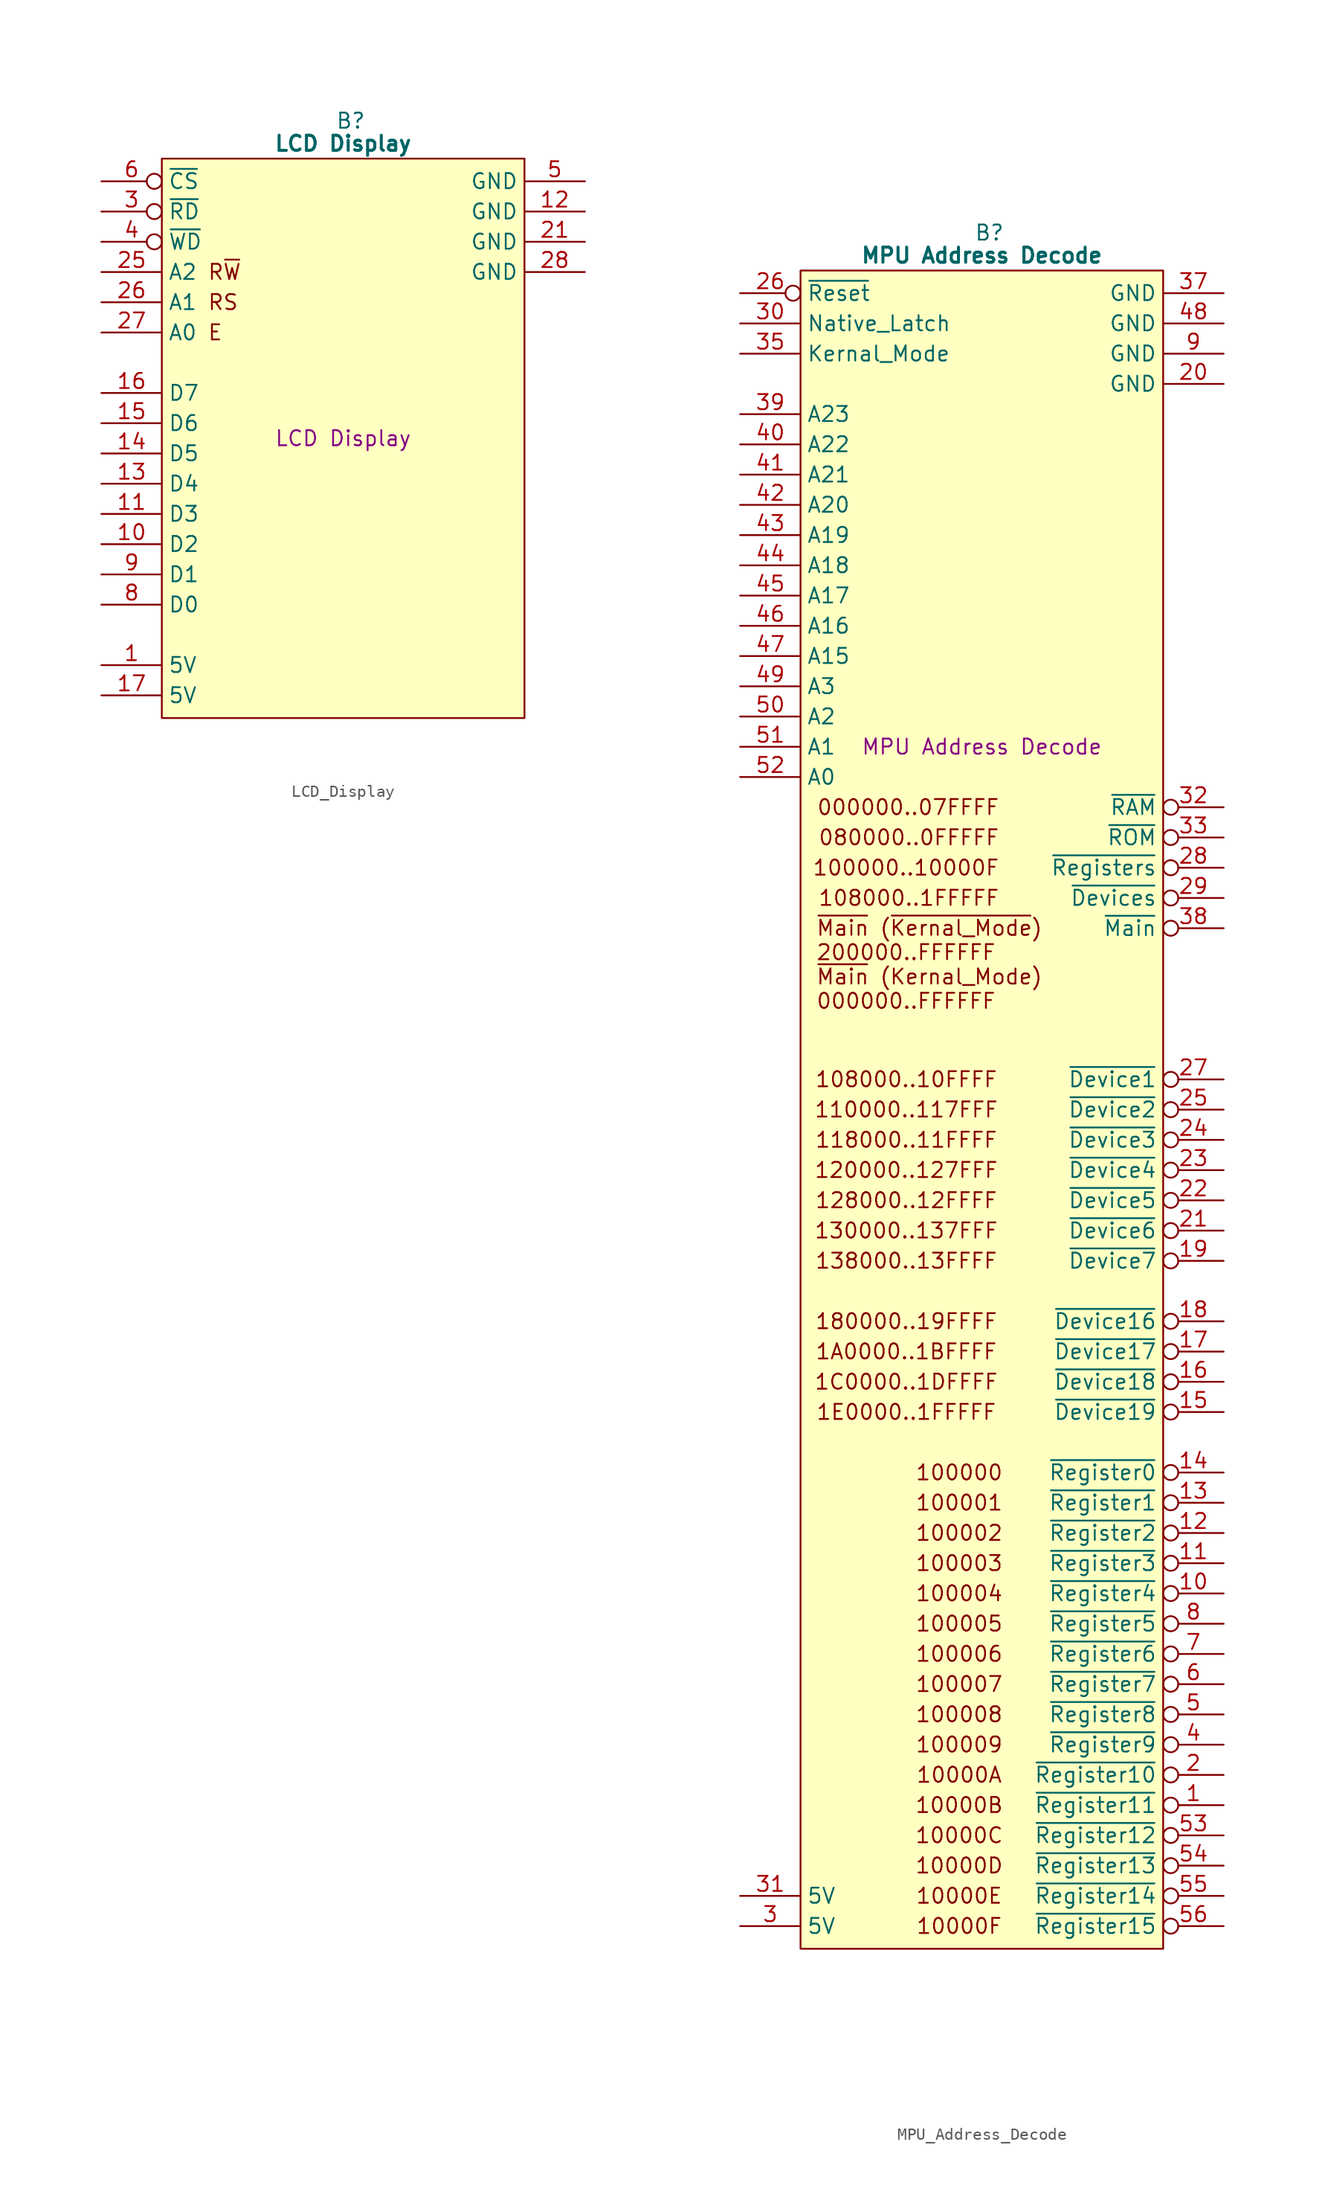
<source format=kicad_sym>
(kicad_symbol_lib
  (version 20241209)
  (generator "kicad_symbol_editor")
  (generator_version "9.0")
  (symbol "LCD_Display"
    (property "Reference" "B"
      (at 15.875 5.08 0)
      (effects (font (size 1.27 1.27))))
    (property "Value" "LCD Display"
      (at 15.24 3.175 0)
      (effects (font (size 1.27 1.27) (bold yes))))
    (property "Description" "LCD Display"
      (at 15.24 -21.59 0)
      (effects (font (size 1.27 1.27))))
    (symbol "LCD_Display_0_1"
      (polyline (pts (xy 0 1.905) (xy 30.48 1.905) (xy 30.48 -45.085) (xy 0 -45.085) (xy 0 1.905)) (stroke (width 0.152) (type default)) (fill (type background))))
    (symbol "LCD_Display_1_1"
      (text "R~{W}" (at 3.81 -7.62 0) (effects (font (size 1.27 1.27)) (justify left)))
      (text "RS" (at 3.81 -10.16 0) (effects (font (size 1.27 1.27)) (justify left)))
      (text "E" (at 3.81 -12.7 0) (effects (font (size 1.27 1.27)) (justify left)))
      (pin input inverted (at -5.08 0 0) (length 5.08) (name "~{CS}" (effects (font (size 1.27 1.27)))) (number "6" (effects (font (size 1.27 1.27)))))
      (pin input inverted (at -5.08 -2.54 0) (length 5.08) (name "~{RD}" (effects (font (size 1.27 1.27)))) (number "3" (effects (font (size 1.27 1.27)))))
      (pin input inverted (at -5.08 -5.08 0) (length 5.08) (name "~{WD}" (effects (font (size 1.27 1.27)))) (number "4" (effects (font (size 1.27 1.27)))))
      (pin input line (at -5.08 -7.62 0) (length 5.08) (name "A2" (effects (font (size 1.27 1.27)))) (number "25" (effects (font (size 1.27 1.27)))))
      (pin input line (at -5.08 -10.16 0) (length 5.08) (name "A1" (effects (font (size 1.27 1.27)))) (number "26" (effects (font (size 1.27 1.27)))))
      (pin input line (at -5.08 -12.7 0) (length 5.08) (name "A0" (effects (font (size 1.27 1.27)))) (number "27" (effects (font (size 1.27 1.27)))))
      (pin tri_state line (at -5.08 -17.78 0) (length 5.08) (name "D7" (effects (font (size 1.27 1.27)))) (number "16" (effects (font (size 1.27 1.27)))))
      (pin tri_state line (at -5.08 -20.32 0) (length 5.08) (name "D6" (effects (font (size 1.27 1.27)))) (number "15" (effects (font (size 1.27 1.27)))))
      (pin tri_state line (at -5.08 -22.86 0) (length 5.08) (name "D5" (effects (font (size 1.27 1.27)))) (number "14" (effects (font (size 1.27 1.27)))))
      (pin tri_state line (at -5.08 -25.4 0) (length 5.08) (name "D4" (effects (font (size 1.27 1.27)))) (number "13" (effects (font (size 1.27 1.27)))))
      (pin tri_state line (at -5.08 -27.94 0) (length 5.08) (name "D3" (effects (font (size 1.27 1.27)))) (number "11" (effects (font (size 1.27 1.27)))))
      (pin tri_state line (at -5.08 -30.48 0) (length 5.08) (name "D2" (effects (font (size 1.27 1.27)))) (number "10" (effects (font (size 1.27 1.27)))))
      (pin tri_state line (at -5.08 -33.02 0) (length 5.08) (name "D1" (effects (font (size 1.27 1.27)))) (number "9" (effects (font (size 1.27 1.27)))))
      (pin tri_state line (at -5.08 -35.56 0) (length 5.08) (name "D0" (effects (font (size 1.27 1.27)))) (number "8" (effects (font (size 1.27 1.27)))))
      (pin passive line (at -5.08 -40.64 0) (length 5.08) (name "5V" (effects (font (size 1.27 1.27)))) (number "1" (effects (font (size 1.27 1.27)))))
      (pin passive line (at -5.08 -43.18 0) (length 5.08) (name "5V" (effects (font (size 1.27 1.27)))) (number "17" (effects (font (size 1.27 1.27)))))
      (pin passive line (at 35.56 0 180) (length 5.08) (name "GND" (effects (font (size 1.27 1.27)))) (number "5" (effects (font (size 1.27 1.27)))))
      (pin passive line (at 35.56 -2.54 180) (length 5.08) (name "GND" (effects (font (size 1.27 1.27)))) (number "12" (effects (font (size 1.27 1.27)))))
      (pin passive line (at 35.56 -5.08 180) (length 5.08) (name "GND" (effects (font (size 1.27 1.27)))) (number "21" (effects (font (size 1.27 1.27)))))
      (pin passive line (at 35.56 -7.62 180) (length 5.08) (name "GND" (effects (font (size 1.27 1.27)))) (number "28" (effects (font (size 1.27 1.27)))))
      (pin no_connect line (at 35.56 -15.24 180) (length 5.08) (hide yes) (name "N.C." (effects (font (size 1.27 1.27)))) (number "2" (effects (font (size 1.27 1.27)))))
      (pin no_connect line (at 35.56 -17.78 180) (length 5.08) (hide yes) (name "N.C." (effects (font (size 1.27 1.27)))) (number "7" (effects (font (size 1.27 1.27)))))
      (pin no_connect line (at 35.56 -20.32 180) (length 5.08) (hide yes) (name "N.C." (effects (font (size 1.27 1.27)))) (number "18" (effects (font (size 1.27 1.27)))))
      (pin no_connect line (at 35.56 -22.86 180) (length 5.08) (hide yes) (name "N.C." (effects (font (size 1.27 1.27)))) (number "19" (effects (font (size 1.27 1.27)))))
      (pin no_connect line (at 35.56 -25.4 180) (length 5.08) (hide yes) (name "N.C." (effects (font (size 1.27 1.27)))) (number "20" (effects (font (size 1.27 1.27)))))
      (pin no_connect line (at 35.56 -27.94 180) (length 5.08) (hide yes) (name "N.C." (effects (font (size 1.27 1.27)))) (number "22" (effects (font (size 1.27 1.27)))))
      (pin no_connect line (at 35.56 -30.48 180) (length 5.08) (hide yes) (name "N.C." (effects (font (size 1.27 1.27)))) (number "23" (effects (font (size 1.27 1.27)))))
      (pin no_connect line (at 35.56 -33.02 180) (length 5.08) (hide yes) (name "N.C." (effects (font (size 1.27 1.27)))) (number "24" (effects (font (size 1.27 1.27)))))
      (pin no_connect line (at 35.56 -35.56 180) (length 5.08) (hide yes) (name "N.C." (effects (font (size 1.27 1.27)))) (number "29" (effects (font (size 1.27 1.27)))))
      (pin no_connect line (at 35.56 -38.1 180) (length 5.08) (hide yes) (name "N.C." (effects (font (size 1.27 1.27)))) (number "30" (effects (font (size 1.27 1.27)))))
      (pin no_connect line (at 35.56 -40.64 180) (length 5.08) (hide yes) (name "N.C." (effects (font (size 1.27 1.27)))) (number "31" (effects (font (size 1.27 1.27)))))
      (pin no_connect line (at 35.56 -43.18 180) (length 5.08) (hide yes) (name "N.C." (effects (font (size 1.27 1.27)))) (number "32" (effects (font (size 1.27 1.27)))))))
  (symbol "MPU_Address_Decode"
    (property "Reference" "B"
      (at 15.875 5.08 0)
      (effects (font (size 1.27 1.27))))
    (property "Value" "MPU Address Decode"
      (at 15.24 3.175 0)
      (effects (font (size 1.27 1.27) (bold yes))))
    (property "Description" "MPU Address Decode"
      (at 15.24 -38.1 0)
      (effects (font (size 1.27 1.27))))
    (symbol "MPU_Address_Decode_0_1"
      (polyline (pts (xy 0 1.905) (xy 30.48 1.905) (xy 30.48 -139.065) (xy 0 -139.065) (xy 0 1.905)) (stroke (width 0.152) (type default)) (fill (type background))))
    (symbol "MPU_Address_Decode_1_0"
      (pin output inverted (at 35.56 -68.58 180) (length 5.08) (name "~{Device2}" (effects (font (size 1.27 1.27)))) (number "25" (effects (font (size 1.27 1.27)))))
      (pin output inverted (at 35.56 -71.12 180) (length 5.08) (name "~{Device3}" (effects (font (size 1.27 1.27)))) (number "24" (effects (font (size 1.27 1.27)))))
      (pin output inverted (at 35.56 -73.66 180) (length 5.08) (name "~{Device4}" (effects (font (size 1.27 1.27)))) (number "23" (effects (font (size 1.27 1.27)))))
      (pin output inverted (at 35.56 -76.2 180) (length 5.08) (name "~{Device5}" (effects (font (size 1.27 1.27)))) (number "22" (effects (font (size 1.27 1.27)))))
      (pin output inverted (at 35.56 -78.74 180) (length 5.08) (name "~{Device6}" (effects (font (size 1.27 1.27)))) (number "21" (effects (font (size 1.27 1.27)))))
      (pin output inverted (at 35.56 -81.28 180) (length 5.08) (name "~{Device7}" (effects (font (size 1.27 1.27)))) (number "19" (effects (font (size 1.27 1.27)))))
      (pin output inverted (at 35.56 -88.9 180) (length 5.08) (name "~{Device17}" (effects (font (size 1.27 1.27)))) (number "17" (effects (font (size 1.27 1.27)))))
      (pin output inverted (at 35.56 -104.14 180) (length 5.08) (name "~{Register2}" (effects (font (size 1.27 1.27)))) (number "12" (effects (font (size 1.27 1.27)))))
      (pin output inverted (at 35.56 -106.68 180) (length 5.08) (name "~{Register3}" (effects (font (size 1.27 1.27)))) (number "11" (effects (font (size 1.27 1.27)))))
      (pin output inverted (at 35.56 -109.22 180) (length 5.08) (name "~{Register4}" (effects (font (size 1.27 1.27)))) (number "10" (effects (font (size 1.27 1.27)))))
      (pin output inverted (at 35.56 -111.76 180) (length 5.08) (name "~{Register5}" (effects (font (size 1.27 1.27)))) (number "8" (effects (font (size 1.27 1.27)))))
      (pin output inverted (at 35.56 -114.3 180) (length 5.08) (name "~{Register6}" (effects (font (size 1.27 1.27)))) (number "7" (effects (font (size 1.27 1.27)))))
      (pin output inverted (at 35.56 -116.84 180) (length 5.08) (name "~{Register7}" (effects (font (size 1.27 1.27)))) (number "6" (effects (font (size 1.27 1.27)))))
      (pin output inverted (at 35.56 -137.16 180) (length 5.08) (name "~{Register15}" (effects (font (size 1.27 1.27)))) (number "56" (effects (font (size 1.27 1.27))))))
    (symbol "MPU_Address_Decode_1_1"
      (text "~{Main} (~{Kernal_Mode})\n200000..FFFFFF\n~{Main} (Kernal_Mode)\n000000..FFFFFF" (at 1.27 -56.388 0) (effects (font (size 1.27 1.27)) (justify left)))
      (text "108000..10FFFF" (at 8.89 -66.04 0) (effects (font (size 1.27 1.27))))
      (text "110000..117FFF" (at 8.89 -68.58 0) (effects (font (size 1.27 1.27))))
      (text "118000..11FFFF" (at 8.89 -71.12 0) (effects (font (size 1.27 1.27))))
      (text "120000..127FFF" (at 8.89 -73.66 0) (effects (font (size 1.27 1.27))))
      (text "128000..12FFFF" (at 8.89 -76.2 0) (effects (font (size 1.27 1.27))))
      (text "130000..137FFF" (at 8.89 -78.74 0) (effects (font (size 1.27 1.27))))
      (text "138000..13FFFF" (at 8.89 -81.28 0) (effects (font (size 1.27 1.27))))
      (text "180000..19FFFF" (at 8.89 -86.36 0) (effects (font (size 1.27 1.27))))
      (text "1A0000..1BFFFF" (at 8.89 -88.9 0) (effects (font (size 1.27 1.27))))
      (text "1C0000..1DFFFF" (at 8.89 -91.44 0) (effects (font (size 1.27 1.27))))
      (text "1E0000..1FFFFF" (at 8.89 -93.98 0) (effects (font (size 1.27 1.27))))
      (text "100000" (at 13.335 -99.06 0) (effects (font (size 1.27 1.27))))
      (text "100001" (at 13.335 -101.6 0) (effects (font (size 1.27 1.27))))
      (text "100002" (at 13.335 -104.14 0) (effects (font (size 1.27 1.27))))
      (text "100003" (at 13.335 -106.68 0) (effects (font (size 1.27 1.27))))
      (text "100004" (at 13.335 -109.22 0) (effects (font (size 1.27 1.27))))
      (text "100005" (at 13.335 -111.76 0) (effects (font (size 1.27 1.27))))
      (text "100006" (at 13.335 -114.3 0) (effects (font (size 1.27 1.27))))
      (text "100007" (at 13.335 -116.84 0) (effects (font (size 1.27 1.27))))
      (text "100008" (at 13.335 -119.38 0) (effects (font (size 1.27 1.27))))
      (text "100009" (at 13.335 -121.92 0) (effects (font (size 1.27 1.27))))
      (text "10000A" (at 13.335 -124.46 0) (effects (font (size 1.27 1.27))))
      (text "10000B" (at 13.335 -127 0) (effects (font (size 1.27 1.27))))
      (text "10000C" (at 13.335 -129.54 0) (effects (font (size 1.27 1.27))))
      (text "10000D" (at 13.335 -132.08 0) (effects (font (size 1.27 1.27))))
      (text "10000E" (at 13.335 -134.62 0) (effects (font (size 1.27 1.27))))
      (text "10000F" (at 13.335 -137.16 0) (effects (font (size 1.27 1.27))))
      (text "000000..07FFFF" (at 16.764 -43.18 0) (effects (font (size 1.27 1.27)) (justify right)))
      (text "080000..0FFFFF" (at 16.764 -45.72 0) (effects (font (size 1.27 1.27)) (justify right)))
      (text "100000..10000F" (at 16.764 -48.26 0) (effects (font (size 1.27 1.27)) (justify right)))
      (text "108000..1FFFFF" (at 16.764 -50.8 0) (effects (font (size 1.27 1.27)) (justify right)))
      (pin input inverted (at -5.08 0 0) (length 5.08) (name "~{Reset}" (effects (font (size 1.27 1.27)))) (number "26" (effects (font (size 1.27 1.27)))))
      (pin input line (at -5.08 -2.54 0) (length 5.08) (name "Native_Latch" (effects (font (size 1.27 1.27)))) (number "30" (effects (font (size 1.27 1.27)))))
      (pin input line (at -5.08 -5.08 0) (length 5.08) (name "Kernal_Mode" (effects (font (size 1.27 1.27)))) (number "35" (effects (font (size 1.27 1.27)))))
      (pin input line (at -5.08 -10.16 0) (length 5.08) (name "A23" (effects (font (size 1.27 1.27)))) (number "39" (effects (font (size 1.27 1.27)))))
      (pin input line (at -5.08 -12.7 0) (length 5.08) (name "A22" (effects (font (size 1.27 1.27)))) (number "40" (effects (font (size 1.27 1.27)))))
      (pin input line (at -5.08 -15.24 0) (length 5.08) (name "A21" (effects (font (size 1.27 1.27)))) (number "41" (effects (font (size 1.27 1.27)))))
      (pin input line (at -5.08 -17.78 0) (length 5.08) (name "A20" (effects (font (size 1.27 1.27)))) (number "42" (effects (font (size 1.27 1.27)))))
      (pin input line (at -5.08 -20.32 0) (length 5.08) (name "A19" (effects (font (size 1.27 1.27)))) (number "43" (effects (font (size 1.27 1.27)))))
      (pin input line (at -5.08 -22.86 0) (length 5.08) (name "A18" (effects (font (size 1.27 1.27)))) (number "44" (effects (font (size 1.27 1.27)))))
      (pin input line (at -5.08 -25.4 0) (length 5.08) (name "A17" (effects (font (size 1.27 1.27)))) (number "45" (effects (font (size 1.27 1.27)))))
      (pin input line (at -5.08 -27.94 0) (length 5.08) (name "A16" (effects (font (size 1.27 1.27)))) (number "46" (effects (font (size 1.27 1.27)))))
      (pin input line (at -5.08 -30.48 0) (length 5.08) (name "A15" (effects (font (size 1.27 1.27)))) (number "47" (effects (font (size 1.27 1.27)))))
      (pin input line (at -5.08 -33.02 0) (length 5.08) (name "A3" (effects (font (size 1.27 1.27)))) (number "49" (effects (font (size 1.27 1.27)))))
      (pin input line (at -5.08 -35.56 0) (length 5.08) (name "A2" (effects (font (size 1.27 1.27)))) (number "50" (effects (font (size 1.27 1.27)))))
      (pin input line (at -5.08 -38.1 0) (length 5.08) (name "A1" (effects (font (size 1.27 1.27)))) (number "51" (effects (font (size 1.27 1.27)))))
      (pin input line (at -5.08 -40.64 0) (length 5.08) (name "A0" (effects (font (size 1.27 1.27)))) (number "52" (effects (font (size 1.27 1.27)))))
      (pin passive line (at -5.08 -134.62 0) (length 5.08) (name "5V" (effects (font (size 1.27 1.27)))) (number "31" (effects (font (size 1.27 1.27)))))
      (pin passive line (at -5.08 -137.16 0) (length 5.08) (name "5V" (effects (font (size 1.27 1.27)))) (number "3" (effects (font (size 1.27 1.27)))))
      (pin passive line (at 35.56 0 180) (length 5.08) (name "GND" (effects (font (size 1.27 1.27)))) (number "37" (effects (font (size 1.27 1.27)))))
      (pin input line (at 35.56 -2.54 180) (length 5.08) (name "GND" (effects (font (size 1.27 1.27)))) (number "48" (effects (font (size 1.27 1.27)))))
      (pin passive line (at 35.56 -5.08 180) (length 5.08) (name "GND" (effects (font (size 1.27 1.27)))) (number "9" (effects (font (size 1.27 1.27)))))
      (pin passive line (at 35.56 -7.62 180) (length 5.08) (name "GND" (effects (font (size 1.27 1.27)))) (number "20" (effects (font (size 1.27 1.27)))))
      (pin no_connect line (at 35.56 -10.16 180) (length 5.08) (hide yes) (name "N.C." (effects (font (size 1.27 1.27)))) (number "34" (effects (font (size 1.27 1.27)))))
      (pin no_connect line (at 35.56 -12.7 180) (length 5.08) (hide yes) (name "N.C." (effects (font (size 1.27 1.27)))) (number "36" (effects (font (size 1.27 1.27)))))
      (pin output inverted (at 35.56 -43.18 180) (length 5.08) (name "~{RAM}" (effects (font (size 1.27 1.27)))) (number "32" (effects (font (size 1.27 1.27)))))
      (pin output inverted (at 35.56 -45.72 180) (length 5.08) (name "~{ROM}" (effects (font (size 1.27 1.27)))) (number "33" (effects (font (size 1.27 1.27)))))
      (pin output inverted (at 35.56 -48.26 180) (length 5.08) (name "~{Registers}" (effects (font (size 1.27 1.27)))) (number "28" (effects (font (size 1.27 1.27)))))
      (pin output inverted (at 35.56 -50.8 180) (length 5.08) (name "~{Devices}" (effects (font (size 1.27 1.27)))) (number "29" (effects (font (size 1.27 1.27)))))
      (pin output inverted (at 35.56 -53.34 180) (length 5.08) (name "~{Main}" (effects (font (size 1.27 1.27)))) (number "38" (effects (font (size 1.27 1.27)))))
      (pin output inverted (at 35.56 -66.04 180) (length 5.08) (name "~{Device1}" (effects (font (size 1.27 1.27)))) (number "27" (effects (font (size 1.27 1.27)))))
      (pin output inverted (at 35.56 -86.36 180) (length 5.08) (name "~{Device16}" (effects (font (size 1.27 1.27)))) (number "18" (effects (font (size 1.27 1.27)))))
      (pin output inverted (at 35.56 -91.44 180) (length 5.08) (name "~{Device18}" (effects (font (size 1.27 1.27)))) (number "16" (effects (font (size 1.27 1.27)))))
      (pin output inverted (at 35.56 -93.98 180) (length 5.08) (name "~{Device19}" (effects (font (size 1.27 1.27)))) (number "15" (effects (font (size 1.27 1.27)))))
      (pin output inverted (at 35.56 -99.06 180) (length 5.08) (name "~{Register0}" (effects (font (size 1.27 1.27)))) (number "14" (effects (font (size 1.27 1.27)))))
      (pin output inverted (at 35.56 -101.6 180) (length 5.08) (name "~{Register1}" (effects (font (size 1.27 1.27)))) (number "13" (effects (font (size 1.27 1.27)))))
      (pin output inverted (at 35.56 -119.38 180) (length 5.08) (name "~{Register8}" (effects (font (size 1.27 1.27)))) (number "5" (effects (font (size 1.27 1.27)))))
      (pin output inverted (at 35.56 -121.92 180) (length 5.08) (name "~{Register9}" (effects (font (size 1.27 1.27)))) (number "4" (effects (font (size 1.27 1.27)))))
      (pin output inverted (at 35.56 -124.46 180) (length 5.08) (name "~{Register10}" (effects (font (size 1.27 1.27)))) (number "2" (effects (font (size 1.27 1.27)))))
      (pin output inverted (at 35.56 -127 180) (length 5.08) (name "~{Register11}" (effects (font (size 1.27 1.27)))) (number "1" (effects (font (size 1.27 1.27)))))
      (pin output inverted (at 35.56 -129.54 180) (length 5.08) (name "~{Register12}" (effects (font (size 1.27 1.27)))) (number "53" (effects (font (size 1.27 1.27)))))
      (pin output inverted (at 35.56 -132.08 180) (length 5.08) (name "~{Register13}" (effects (font (size 1.27 1.27)))) (number "54" (effects (font (size 1.27 1.27)))))
      (pin output inverted (at 35.56 -134.62 180) (length 5.08) (name "~{Register14}" (effects (font (size 1.27 1.27)))) (number "55" (effects (font (size 1.27 1.27))))))))
</source>
